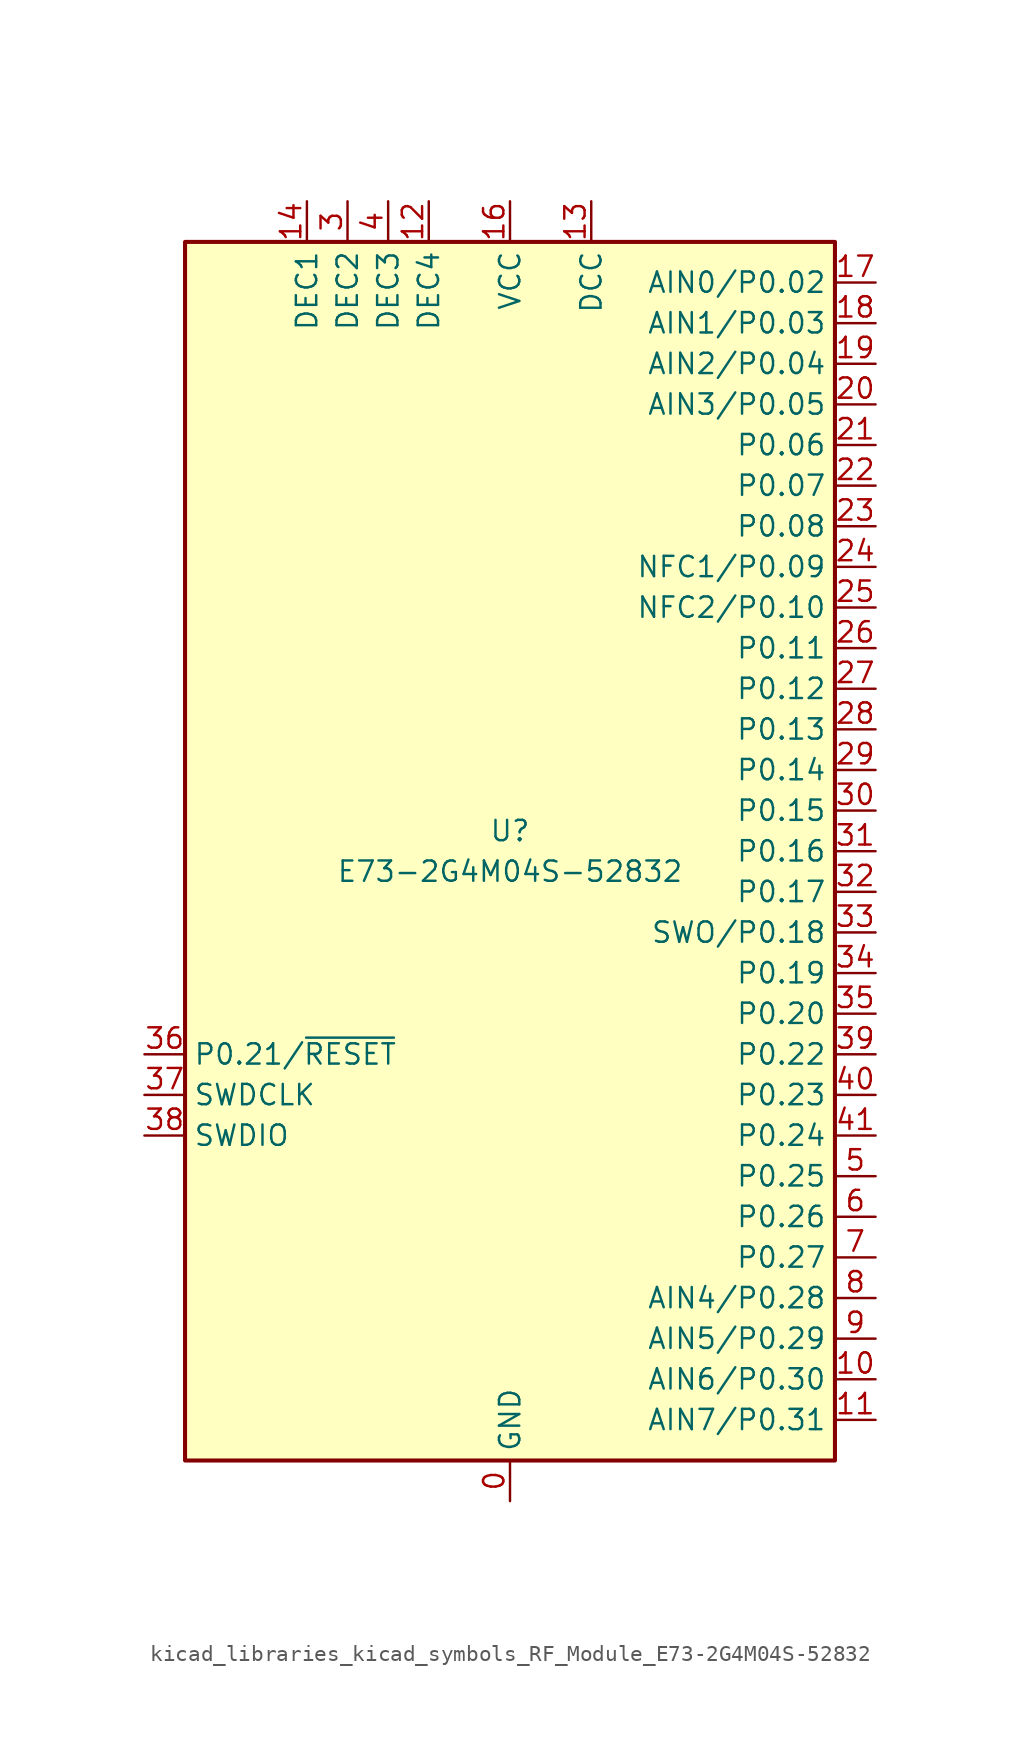
<source format=kicad_sym>
(kicad_symbol_lib
  (version 20220914)
  (generator kicad_symbol_editor)
  (symbol "kicad_libraries_kicad_symbols_RF_Module_E73-2G4M04S-52832"
    (property "Reference" "U"
      (at 0 1.27 0)
      (effects (font (size 1.27 1.27))))
    (property "Value" "E73-2G4M04S-52832"
      (at 0 -1.27 0)
      (effects (font (size 1.27 1.27))))
    (symbol "kicad_libraries_kicad_symbols_RF_Module_E73-2G4M04S-52832_0_1"
      (rectangle (start 20.32 38.1) (end -20.32 -38.1) (stroke (width 0.254) (type default)) (fill (type background))))
    (symbol "kicad_libraries_kicad_symbols_RF_Module_E73-2G4M04S-52832_1_1"
      (pin power_in line (at 0 -40.64 90) (length 2.54) (name "GND" (effects (font (size 1.27 1.27)))) (number "0" (effects (font (size 1.27 1.27)))))
      (pin passive line (at 0 -40.64 90) (length 2.54) hide (name "GND" (effects (font (size 1.27 1.27)))) (number "1" (effects (font (size 1.27 1.27)))))
      (pin bidirectional line (at 22.86 -33.02 180) (length 2.54) (name "AIN6/P0.30" (effects (font (size 1.27 1.27)))) (number "10" (effects (font (size 1.27 1.27)))))
      (pin bidirectional line (at 22.86 -35.56 180) (length 2.54) (name "AIN7/P0.31" (effects (font (size 1.27 1.27)))) (number "11" (effects (font (size 1.27 1.27)))))
      (pin passive line (at -5.08 40.64 270) (length 2.54) (name "DEC4" (effects (font (size 1.27 1.27)))) (number "12" (effects (font (size 1.27 1.27)))))
      (pin power_out line (at 5.08 40.64 270) (length 2.54) (name "DCC" (effects (font (size 1.27 1.27)))) (number "13" (effects (font (size 1.27 1.27)))))
      (pin passive line (at -12.7 40.64 270) (length 2.54) (name "DEC1" (effects (font (size 1.27 1.27)))) (number "14" (effects (font (size 1.27 1.27)))))
      (pin passive line (at 0 -40.64 90) (length 2.54) hide (name "GND" (effects (font (size 1.27 1.27)))) (number "15" (effects (font (size 1.27 1.27)))))
      (pin power_in line (at 0 40.64 270) (length 2.54) (name "VCC" (effects (font (size 1.27 1.27)))) (number "16" (effects (font (size 1.27 1.27)))))
      (pin bidirectional line (at 22.86 35.56 180) (length 2.54) (name "AIN0/P0.02" (effects (font (size 1.27 1.27)))) (number "17" (effects (font (size 1.27 1.27)))))
      (pin bidirectional line (at 22.86 33.02 180) (length 2.54) (name "AIN1/P0.03" (effects (font (size 1.27 1.27)))) (number "18" (effects (font (size 1.27 1.27)))))
      (pin bidirectional line (at 22.86 30.48 180) (length 2.54) (name "AIN2/P0.04" (effects (font (size 1.27 1.27)))) (number "19" (effects (font (size 1.27 1.27)))))
      (pin passive line (at 0 -40.64 90) (length 2.54) hide (name "GND" (effects (font (size 1.27 1.27)))) (number "2" (effects (font (size 1.27 1.27)))))
      (pin bidirectional line (at 22.86 27.94 180) (length 2.54) (name "AIN3/P0.05" (effects (font (size 1.27 1.27)))) (number "20" (effects (font (size 1.27 1.27)))))
      (pin bidirectional line (at 22.86 25.4 180) (length 2.54) (name "P0.06" (effects (font (size 1.27 1.27)))) (number "21" (effects (font (size 1.27 1.27)))))
      (pin bidirectional line (at 22.86 22.86 180) (length 2.54) (name "P0.07" (effects (font (size 1.27 1.27)))) (number "22" (effects (font (size 1.27 1.27)))))
      (pin bidirectional line (at 22.86 20.32 180) (length 2.54) (name "P0.08" (effects (font (size 1.27 1.27)))) (number "23" (effects (font (size 1.27 1.27)))))
      (pin bidirectional line (at 22.86 17.78 180) (length 2.54) (name "NFC1/P0.09" (effects (font (size 1.27 1.27)))) (number "24" (effects (font (size 1.27 1.27)))))
      (pin bidirectional line (at 22.86 15.24 180) (length 2.54) (name "NFC2/P0.10" (effects (font (size 1.27 1.27)))) (number "25" (effects (font (size 1.27 1.27)))))
      (pin bidirectional line (at 22.86 12.7 180) (length 2.54) (name "P0.11" (effects (font (size 1.27 1.27)))) (number "26" (effects (font (size 1.27 1.27)))))
      (pin bidirectional line (at 22.86 10.16 180) (length 2.54) (name "P0.12" (effects (font (size 1.27 1.27)))) (number "27" (effects (font (size 1.27 1.27)))))
      (pin bidirectional line (at 22.86 7.62 180) (length 2.54) (name "P0.13" (effects (font (size 1.27 1.27)))) (number "28" (effects (font (size 1.27 1.27)))))
      (pin bidirectional line (at 22.86 5.08 180) (length 2.54) (name "P0.14" (effects (font (size 1.27 1.27)))) (number "29" (effects (font (size 1.27 1.27)))))
      (pin passive line (at -10.16 40.64 270) (length 2.54) (name "DEC2" (effects (font (size 1.27 1.27)))) (number "3" (effects (font (size 1.27 1.27)))))
      (pin bidirectional line (at 22.86 2.54 180) (length 2.54) (name "P0.15" (effects (font (size 1.27 1.27)))) (number "30" (effects (font (size 1.27 1.27)))))
      (pin bidirectional line (at 22.86 0 180) (length 2.54) (name "P0.16" (effects (font (size 1.27 1.27)))) (number "31" (effects (font (size 1.27 1.27)))))
      (pin bidirectional line (at 22.86 -2.54 180) (length 2.54) (name "P0.17" (effects (font (size 1.27 1.27)))) (number "32" (effects (font (size 1.27 1.27)))))
      (pin bidirectional line (at 22.86 -5.08 180) (length 2.54) (name "SWO/P0.18" (effects (font (size 1.27 1.27)))) (number "33" (effects (font (size 1.27 1.27)))))
      (pin bidirectional line (at 22.86 -7.62 180) (length 2.54) (name "P0.19" (effects (font (size 1.27 1.27)))) (number "34" (effects (font (size 1.27 1.27)))))
      (pin bidirectional line (at 22.86 -10.16 180) (length 2.54) (name "P0.20" (effects (font (size 1.27 1.27)))) (number "35" (effects (font (size 1.27 1.27)))))
      (pin bidirectional line (at -22.86 -12.7 0) (length 2.54) (name "P0.21/~{RESET}" (effects (font (size 1.27 1.27)))) (number "36" (effects (font (size 1.27 1.27)))))
      (pin input line (at -22.86 -15.24 0) (length 2.54) (name "SWDCLK" (effects (font (size 1.27 1.27)))) (number "37" (effects (font (size 1.27 1.27)))))
      (pin bidirectional line (at -22.86 -17.78 0) (length 2.54) (name "SWDIO" (effects (font (size 1.27 1.27)))) (number "38" (effects (font (size 1.27 1.27)))))
      (pin bidirectional line (at 22.86 -12.7 180) (length 2.54) (name "P0.22" (effects (font (size 1.27 1.27)))) (number "39" (effects (font (size 1.27 1.27)))))
      (pin passive line (at -7.62 40.64 270) (length 2.54) (name "DEC3" (effects (font (size 1.27 1.27)))) (number "4" (effects (font (size 1.27 1.27)))))
      (pin bidirectional line (at 22.86 -15.24 180) (length 2.54) (name "P0.23" (effects (font (size 1.27 1.27)))) (number "40" (effects (font (size 1.27 1.27)))))
      (pin bidirectional line (at 22.86 -17.78 180) (length 2.54) (name "P0.24" (effects (font (size 1.27 1.27)))) (number "41" (effects (font (size 1.27 1.27)))))
      (pin passive line (at 0 -40.64 90) (length 2.54) hide (name "GND" (effects (font (size 1.27 1.27)))) (number "42" (effects (font (size 1.27 1.27)))))
      (pin passive line (at 0 -40.64 90) (length 2.54) hide (name "GND" (effects (font (size 1.27 1.27)))) (number "43" (effects (font (size 1.27 1.27)))))
      (pin bidirectional line (at 22.86 -20.32 180) (length 2.54) (name "P0.25" (effects (font (size 1.27 1.27)))) (number "5" (effects (font (size 1.27 1.27)))))
      (pin bidirectional line (at 22.86 -22.86 180) (length 2.54) (name "P0.26" (effects (font (size 1.27 1.27)))) (number "6" (effects (font (size 1.27 1.27)))))
      (pin bidirectional line (at 22.86 -25.4 180) (length 2.54) (name "P0.27" (effects (font (size 1.27 1.27)))) (number "7" (effects (font (size 1.27 1.27)))))
      (pin bidirectional line (at 22.86 -27.94 180) (length 2.54) (name "AIN4/P0.28" (effects (font (size 1.27 1.27)))) (number "8" (effects (font (size 1.27 1.27)))))
      (pin bidirectional line (at 22.86 -30.48 180) (length 2.54) (name "AIN5/P0.29" (effects (font (size 1.27 1.27)))) (number "9" (effects (font (size 1.27 1.27))))))))
</source>
